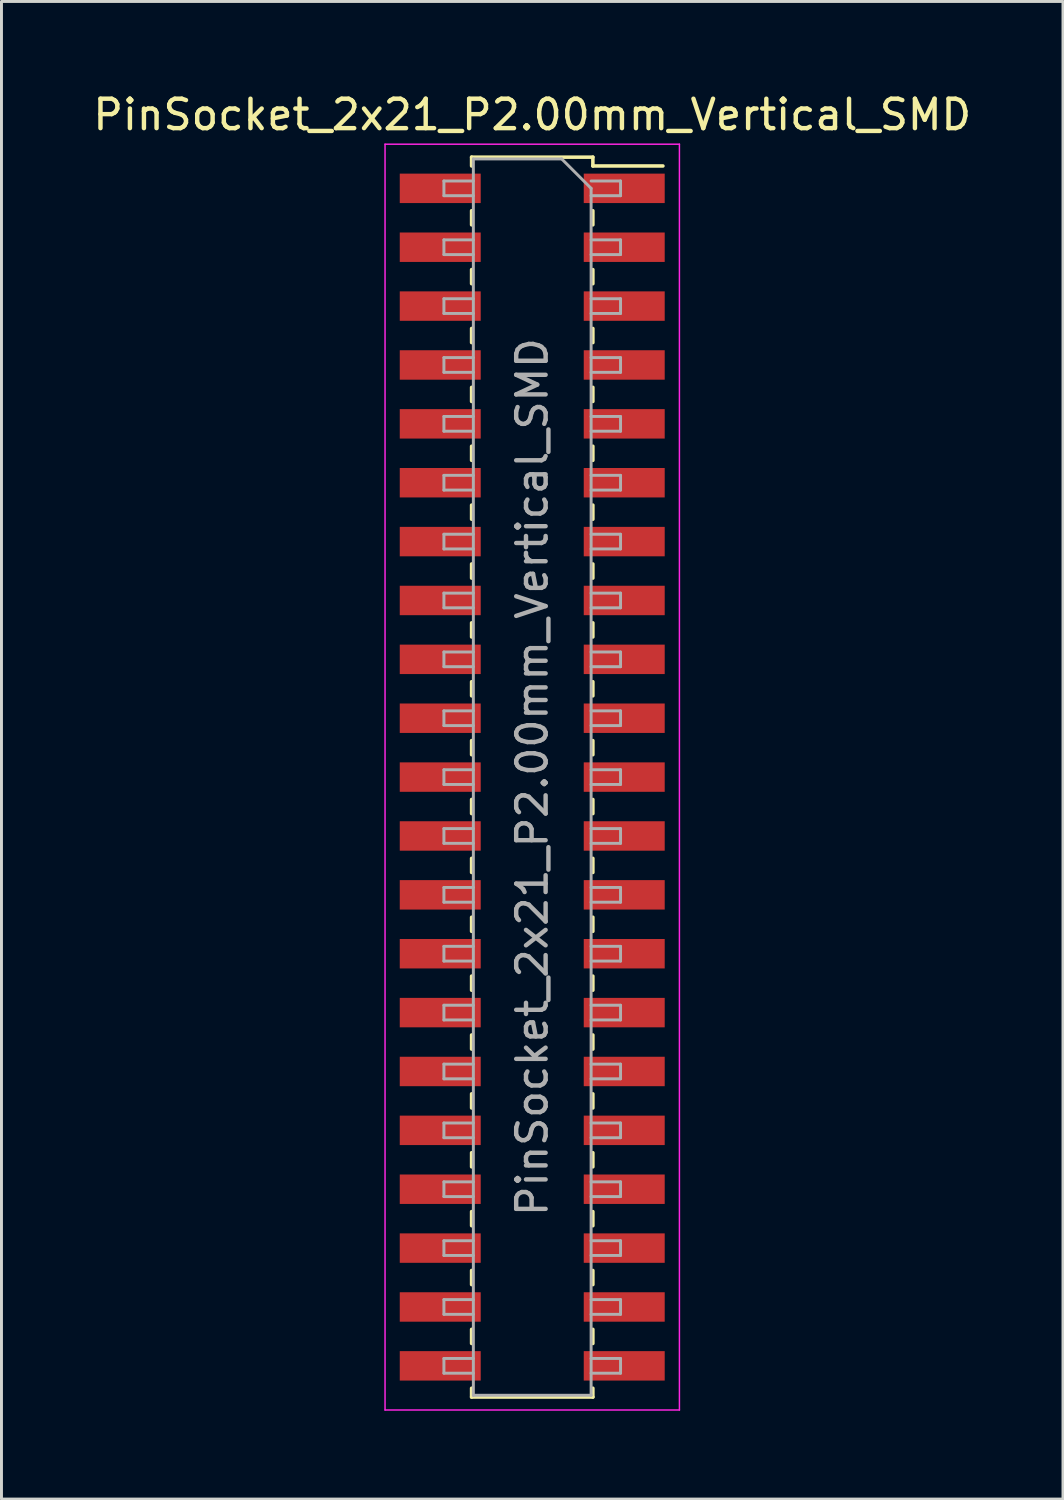
<source format=kicad_pcb>
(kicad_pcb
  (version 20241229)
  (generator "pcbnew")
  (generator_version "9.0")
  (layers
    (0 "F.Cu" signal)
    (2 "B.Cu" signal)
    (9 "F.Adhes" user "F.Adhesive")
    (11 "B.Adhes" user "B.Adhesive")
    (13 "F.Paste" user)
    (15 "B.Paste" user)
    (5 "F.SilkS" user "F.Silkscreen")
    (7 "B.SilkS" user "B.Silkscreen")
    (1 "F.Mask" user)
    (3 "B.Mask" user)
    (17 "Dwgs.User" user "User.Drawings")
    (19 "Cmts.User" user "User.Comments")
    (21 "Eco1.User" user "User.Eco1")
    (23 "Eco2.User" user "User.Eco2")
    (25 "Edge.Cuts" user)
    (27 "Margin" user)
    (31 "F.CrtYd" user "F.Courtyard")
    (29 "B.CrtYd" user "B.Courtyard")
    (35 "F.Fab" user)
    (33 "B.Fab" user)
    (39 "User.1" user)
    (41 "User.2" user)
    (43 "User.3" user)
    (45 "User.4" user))
  (footprint "PinSocket_2x21_P2.00mm_Vertical_SMD"
    (layer "F.Cu")
    (at 15.03 23.348)
    (property "Reference" "PinSocket_2x21_P2.00mm_Vertical_SMD" (at 0 -22.5 0) (layer "F.SilkS") (effects (font (size 1 1) (thickness 0.15))))
    (attr smd)
    (fp_line (start -2.06 -21.06) (end -2.06 -20.76) (stroke (width 0.12) (type solid)) (layer "F.SilkS"))
    (fp_line (start -2.06 -21.06) (end 2.06 -21.06) (stroke (width 0.12) (type solid)) (layer "F.SilkS"))
    (fp_line (start -2.06 -19.24) (end -2.06 -18.76) (stroke (width 0.12) (type solid)) (layer "F.SilkS"))
    (fp_line (start -2.06 -17.24) (end -2.06 -16.76) (stroke (width 0.12) (type solid)) (layer "F.SilkS"))
    (fp_line (start -2.06 -15.24) (end -2.06 -14.76) (stroke (width 0.12) (type solid)) (layer "F.SilkS"))
    (fp_line (start -2.06 -13.24) (end -2.06 -12.76) (stroke (width 0.12) (type solid)) (layer "F.SilkS"))
    (fp_line (start -2.06 -11.24) (end -2.06 -10.76) (stroke (width 0.12) (type solid)) (layer "F.SilkS"))
    (fp_line (start -2.06 -9.24) (end -2.06 -8.76) (stroke (width 0.12) (type solid)) (layer "F.SilkS"))
    (fp_line (start -2.06 -7.24) (end -2.06 -6.76) (stroke (width 0.12) (type solid)) (layer "F.SilkS"))
    (fp_line (start -2.06 -5.24) (end -2.06 -4.76) (stroke (width 0.12) (type solid)) (layer "F.SilkS"))
    (fp_line (start -2.06 -3.24) (end -2.06 -2.76) (stroke (width 0.12) (type solid)) (layer "F.SilkS"))
    (fp_line (start -2.06 -1.24) (end -2.06 -0.76) (stroke (width 0.12) (type solid)) (layer "F.SilkS"))
    (fp_line (start -2.06 0.76) (end -2.06 1.24) (stroke (width 0.12) (type solid)) (layer "F.SilkS"))
    (fp_line (start -2.06 2.76) (end -2.06 3.24) (stroke (width 0.12) (type solid)) (layer "F.SilkS"))
    (fp_line (start -2.06 4.76) (end -2.06 5.24) (stroke (width 0.12) (type solid)) (layer "F.SilkS"))
    (fp_line (start -2.06 6.76) (end -2.06 7.24) (stroke (width 0.12) (type solid)) (layer "F.SilkS"))
    (fp_line (start -2.06 8.76) (end -2.06 9.24) (stroke (width 0.12) (type solid)) (layer "F.SilkS"))
    (fp_line (start -2.06 10.76) (end -2.06 11.24) (stroke (width 0.12) (type solid)) (layer "F.SilkS"))
    (fp_line (start -2.06 12.76) (end -2.06 13.24) (stroke (width 0.12) (type solid)) (layer "F.SilkS"))
    (fp_line (start -2.06 14.76) (end -2.06 15.24) (stroke (width 0.12) (type solid)) (layer "F.SilkS"))
    (fp_line (start -2.06 16.76) (end -2.06 17.24) (stroke (width 0.12) (type solid)) (layer "F.SilkS"))
    (fp_line (start -2.06 18.76) (end -2.06 19.24) (stroke (width 0.12) (type solid)) (layer "F.SilkS"))
    (fp_line (start -2.06 20.76) (end -2.06 21.06) (stroke (width 0.12) (type solid)) (layer "F.SilkS"))
    (fp_line (start -2.06 21.06) (end 2.06 21.06) (stroke (width 0.12) (type solid)) (layer "F.SilkS"))
    (fp_line (start 2.06 -21.06) (end 2.06 -20.76) (stroke (width 0.12) (type solid)) (layer "F.SilkS"))
    (fp_line (start 2.06 -20.76) (end 4.44 -20.76) (stroke (width 0.12) (type solid)) (layer "F.SilkS"))
    (fp_line (start 2.06 -19.24) (end 2.06 -18.76) (stroke (width 0.12) (type solid)) (layer "F.SilkS"))
    (fp_line (start 2.06 -17.24) (end 2.06 -16.76) (stroke (width 0.12) (type solid)) (layer "F.SilkS"))
    (fp_line (start 2.06 -15.24) (end 2.06 -14.76) (stroke (width 0.12) (type solid)) (layer "F.SilkS"))
    (fp_line (start 2.06 -13.24) (end 2.06 -12.76) (stroke (width 0.12) (type solid)) (layer "F.SilkS"))
    (fp_line (start 2.06 -11.24) (end 2.06 -10.76) (stroke (width 0.12) (type solid)) (layer "F.SilkS"))
    (fp_line (start 2.06 -9.24) (end 2.06 -8.76) (stroke (width 0.12) (type solid)) (layer "F.SilkS"))
    (fp_line (start 2.06 -7.24) (end 2.06 -6.76) (stroke (width 0.12) (type solid)) (layer "F.SilkS"))
    (fp_line (start 2.06 -5.24) (end 2.06 -4.76) (stroke (width 0.12) (type solid)) (layer "F.SilkS"))
    (fp_line (start 2.06 -3.24) (end 2.06 -2.76) (stroke (width 0.12) (type solid)) (layer "F.SilkS"))
    (fp_line (start 2.06 -1.24) (end 2.06 -0.76) (stroke (width 0.12) (type solid)) (layer "F.SilkS"))
    (fp_line (start 2.06 0.76) (end 2.06 1.24) (stroke (width 0.12) (type solid)) (layer "F.SilkS"))
    (fp_line (start 2.06 2.76) (end 2.06 3.24) (stroke (width 0.12) (type solid)) (layer "F.SilkS"))
    (fp_line (start 2.06 4.76) (end 2.06 5.24) (stroke (width 0.12) (type solid)) (layer "F.SilkS"))
    (fp_line (start 2.06 6.76) (end 2.06 7.24) (stroke (width 0.12) (type solid)) (layer "F.SilkS"))
    (fp_line (start 2.06 8.76) (end 2.06 9.24) (stroke (width 0.12) (type solid)) (layer "F.SilkS"))
    (fp_line (start 2.06 10.76) (end 2.06 11.24) (stroke (width 0.12) (type solid)) (layer "F.SilkS"))
    (fp_line (start 2.06 12.76) (end 2.06 13.24) (stroke (width 0.12) (type solid)) (layer "F.SilkS"))
    (fp_line (start 2.06 14.76) (end 2.06 15.24) (stroke (width 0.12) (type solid)) (layer "F.SilkS"))
    (fp_line (start 2.06 16.76) (end 2.06 17.24) (stroke (width 0.12) (type solid)) (layer "F.SilkS"))
    (fp_line (start 2.06 18.76) (end 2.06 19.24) (stroke (width 0.12) (type solid)) (layer "F.SilkS"))
    (fp_line (start 2.06 20.76) (end 2.06 21.06) (stroke (width 0.12) (type solid)) (layer "F.SilkS"))
    (fp_line (start -5 -21.5) (end 5 -21.5) (stroke (width 0.05) (type solid)) (layer "F.CrtYd"))
    (fp_line (start -5 21.5) (end -5 -21.5) (stroke (width 0.05) (type solid)) (layer "F.CrtYd"))
    (fp_line (start 5 -21.5) (end 5 21.5) (stroke (width 0.05) (type solid)) (layer "F.CrtYd"))
    (fp_line (start 5 21.5) (end -5 21.5) (stroke (width 0.05) (type solid)) (layer "F.CrtYd"))
    (fp_line (start -3 -20.25) (end -2 -20.25) (stroke (width 0.1) (type solid)) (layer "F.Fab"))
    (fp_line (start -3 -19.75) (end -3 -20.25) (stroke (width 0.1) (type solid)) (layer "F.Fab"))
    (fp_line (start -3 -18.25) (end -2 -18.25) (stroke (width 0.1) (type solid)) (layer "F.Fab"))
    (fp_line (start -3 -17.75) (end -3 -18.25) (stroke (width 0.1) (type solid)) (layer "F.Fab"))
    (fp_line (start -3 -16.25) (end -2 -16.25) (stroke (width 0.1) (type solid)) (layer "F.Fab"))
    (fp_line (start -3 -15.75) (end -3 -16.25) (stroke (width 0.1) (type solid)) (layer "F.Fab"))
    (fp_line (start -3 -14.25) (end -2 -14.25) (stroke (width 0.1) (type solid)) (layer "F.Fab"))
    (fp_line (start -3 -13.75) (end -3 -14.25) (stroke (width 0.1) (type solid)) (layer "F.Fab"))
    (fp_line (start -3 -12.25) (end -2 -12.25) (stroke (width 0.1) (type solid)) (layer "F.Fab"))
    (fp_line (start -3 -11.75) (end -3 -12.25) (stroke (width 0.1) (type solid)) (layer "F.Fab"))
    (fp_line (start -3 -10.25) (end -2 -10.25) (stroke (width 0.1) (type solid)) (layer "F.Fab"))
    (fp_line (start -3 -9.75) (end -3 -10.25) (stroke (width 0.1) (type solid)) (layer "F.Fab"))
    (fp_line (start -3 -8.25) (end -2 -8.25) (stroke (width 0.1) (type solid)) (layer "F.Fab"))
    (fp_line (start -3 -7.75) (end -3 -8.25) (stroke (width 0.1) (type solid)) (layer "F.Fab"))
    (fp_line (start -3 -6.25) (end -2 -6.25) (stroke (width 0.1) (type solid)) (layer "F.Fab"))
    (fp_line (start -3 -5.75) (end -3 -6.25) (stroke (width 0.1) (type solid)) (layer "F.Fab"))
    (fp_line (start -3 -4.25) (end -2 -4.25) (stroke (width 0.1) (type solid)) (layer "F.Fab"))
    (fp_line (start -3 -3.75) (end -3 -4.25) (stroke (width 0.1) (type solid)) (layer "F.Fab"))
    (fp_line (start -3 -2.25) (end -2 -2.25) (stroke (width 0.1) (type solid)) (layer "F.Fab"))
    (fp_line (start -3 -1.75) (end -3 -2.25) (stroke (width 0.1) (type solid)) (layer "F.Fab"))
    (fp_line (start -3 -0.25) (end -2 -0.25) (stroke (width 0.1) (type solid)) (layer "F.Fab"))
    (fp_line (start -3 0.25) (end -3 -0.25) (stroke (width 0.1) (type solid)) (layer "F.Fab"))
    (fp_line (start -3 1.75) (end -2 1.75) (stroke (width 0.1) (type solid)) (layer "F.Fab"))
    (fp_line (start -3 2.25) (end -3 1.75) (stroke (width 0.1) (type solid)) (layer "F.Fab"))
    (fp_line (start -3 3.75) (end -2 3.75) (stroke (width 0.1) (type solid)) (layer "F.Fab"))
    (fp_line (start -3 4.25) (end -3 3.75) (stroke (width 0.1) (type solid)) (layer "F.Fab"))
    (fp_line (start -3 5.75) (end -2 5.75) (stroke (width 0.1) (type solid)) (layer "F.Fab"))
    (fp_line (start -3 6.25) (end -3 5.75) (stroke (width 0.1) (type solid)) (layer "F.Fab"))
    (fp_line (start -3 7.75) (end -2 7.75) (stroke (width 0.1) (type solid)) (layer "F.Fab"))
    (fp_line (start -3 8.25) (end -3 7.75) (stroke (width 0.1) (type solid)) (layer "F.Fab"))
    (fp_line (start -3 9.75) (end -2 9.75) (stroke (width 0.1) (type solid)) (layer "F.Fab"))
    (fp_line (start -3 10.25) (end -3 9.75) (stroke (width 0.1) (type solid)) (layer "F.Fab"))
    (fp_line (start -3 11.75) (end -2 11.75) (stroke (width 0.1) (type solid)) (layer "F.Fab"))
    (fp_line (start -3 12.25) (end -3 11.75) (stroke (width 0.1) (type solid)) (layer "F.Fab"))
    (fp_line (start -3 13.75) (end -2 13.75) (stroke (width 0.1) (type solid)) (layer "F.Fab"))
    (fp_line (start -3 14.25) (end -3 13.75) (stroke (width 0.1) (type solid)) (layer "F.Fab"))
    (fp_line (start -3 15.75) (end -2 15.75) (stroke (width 0.1) (type solid)) (layer "F.Fab"))
    (fp_line (start -3 16.25) (end -3 15.75) (stroke (width 0.1) (type solid)) (layer "F.Fab"))
    (fp_line (start -3 17.75) (end -2 17.75) (stroke (width 0.1) (type solid)) (layer "F.Fab"))
    (fp_line (start -3 18.25) (end -3 17.75) (stroke (width 0.1) (type solid)) (layer "F.Fab"))
    (fp_line (start -3 19.75) (end -2 19.75) (stroke (width 0.1) (type solid)) (layer "F.Fab"))
    (fp_line (start -3 20.25) (end -3 19.75) (stroke (width 0.1) (type solid)) (layer "F.Fab"))
    (fp_line (start -2 -21) (end 1 -21) (stroke (width 0.1) (type solid)) (layer "F.Fab"))
    (fp_line (start -2 -19.75) (end -3 -19.75) (stroke (width 0.1) (type solid)) (layer "F.Fab"))
    (fp_line (start -2 -17.75) (end -3 -17.75) (stroke (width 0.1) (type solid)) (layer "F.Fab"))
    (fp_line (start -2 -15.75) (end -3 -15.75) (stroke (width 0.1) (type solid)) (layer "F.Fab"))
    (fp_line (start -2 -13.75) (end -3 -13.75) (stroke (width 0.1) (type solid)) (layer "F.Fab"))
    (fp_line (start -2 -11.75) (end -3 -11.75) (stroke (width 0.1) (type solid)) (layer "F.Fab"))
    (fp_line (start -2 -9.75) (end -3 -9.75) (stroke (width 0.1) (type solid)) (layer "F.Fab"))
    (fp_line (start -2 -7.75) (end -3 -7.75) (stroke (width 0.1) (type solid)) (layer "F.Fab"))
    (fp_line (start -2 -5.75) (end -3 -5.75) (stroke (width 0.1) (type solid)) (layer "F.Fab"))
    (fp_line (start -2 -3.75) (end -3 -3.75) (stroke (width 0.1) (type solid)) (layer "F.Fab"))
    (fp_line (start -2 -1.75) (end -3 -1.75) (stroke (width 0.1) (type solid)) (layer "F.Fab"))
    (fp_line (start -2 0.25) (end -3 0.25) (stroke (width 0.1) (type solid)) (layer "F.Fab"))
    (fp_line (start -2 2.25) (end -3 2.25) (stroke (width 0.1) (type solid)) (layer "F.Fab"))
    (fp_line (start -2 4.25) (end -3 4.25) (stroke (width 0.1) (type solid)) (layer "F.Fab"))
    (fp_line (start -2 6.25) (end -3 6.25) (stroke (width 0.1) (type solid)) (layer "F.Fab"))
    (fp_line (start -2 8.25) (end -3 8.25) (stroke (width 0.1) (type solid)) (layer "F.Fab"))
    (fp_line (start -2 10.25) (end -3 10.25) (stroke (width 0.1) (type solid)) (layer "F.Fab"))
    (fp_line (start -2 12.25) (end -3 12.25) (stroke (width 0.1) (type solid)) (layer "F.Fab"))
    (fp_line (start -2 14.25) (end -3 14.25) (stroke (width 0.1) (type solid)) (layer "F.Fab"))
    (fp_line (start -2 16.25) (end -3 16.25) (stroke (width 0.1) (type solid)) (layer "F.Fab"))
    (fp_line (start -2 18.25) (end -3 18.25) (stroke (width 0.1) (type solid)) (layer "F.Fab"))
    (fp_line (start -2 20.25) (end -3 20.25) (stroke (width 0.1) (type solid)) (layer "F.Fab"))
    (fp_line (start -2 21) (end -2 -21) (stroke (width 0.1) (type solid)) (layer "F.Fab"))
    (fp_line (start 1 -21) (end 2 -20) (stroke (width 0.1) (type solid)) (layer "F.Fab"))
    (fp_line (start 2 -20.25) (end 3 -20.25) (stroke (width 0.1) (type solid)) (layer "F.Fab"))
    (fp_line (start 2 -20) (end 2 21) (stroke (width 0.1) (type solid)) (layer "F.Fab"))
    (fp_line (start 2 -18.25) (end 3 -18.25) (stroke (width 0.1) (type solid)) (layer "F.Fab"))
    (fp_line (start 2 -16.25) (end 3 -16.25) (stroke (width 0.1) (type solid)) (layer "F.Fab"))
    (fp_line (start 2 -14.25) (end 3 -14.25) (stroke (width 0.1) (type solid)) (layer "F.Fab"))
    (fp_line (start 2 -12.25) (end 3 -12.25) (stroke (width 0.1) (type solid)) (layer "F.Fab"))
    (fp_line (start 2 -10.25) (end 3 -10.25) (stroke (width 0.1) (type solid)) (layer "F.Fab"))
    (fp_line (start 2 -8.25) (end 3 -8.25) (stroke (width 0.1) (type solid)) (layer "F.Fab"))
    (fp_line (start 2 -6.25) (end 3 -6.25) (stroke (width 0.1) (type solid)) (layer "F.Fab"))
    (fp_line (start 2 -4.25) (end 3 -4.25) (stroke (width 0.1) (type solid)) (layer "F.Fab"))
    (fp_line (start 2 -2.25) (end 3 -2.25) (stroke (width 0.1) (type solid)) (layer "F.Fab"))
    (fp_line (start 2 -0.25) (end 3 -0.25) (stroke (width 0.1) (type solid)) (layer "F.Fab"))
    (fp_line (start 2 1.75) (end 3 1.75) (stroke (width 0.1) (type solid)) (layer "F.Fab"))
    (fp_line (start 2 3.75) (end 3 3.75) (stroke (width 0.1) (type solid)) (layer "F.Fab"))
    (fp_line (start 2 5.75) (end 3 5.75) (stroke (width 0.1) (type solid)) (layer "F.Fab"))
    (fp_line (start 2 7.75) (end 3 7.75) (stroke (width 0.1) (type solid)) (layer "F.Fab"))
    (fp_line (start 2 9.75) (end 3 9.75) (stroke (width 0.1) (type solid)) (layer "F.Fab"))
    (fp_line (start 2 11.75) (end 3 11.75) (stroke (width 0.1) (type solid)) (layer "F.Fab"))
    (fp_line (start 2 13.75) (end 3 13.75) (stroke (width 0.1) (type solid)) (layer "F.Fab"))
    (fp_line (start 2 15.75) (end 3 15.75) (stroke (width 0.1) (type solid)) (layer "F.Fab"))
    (fp_line (start 2 17.75) (end 3 17.75) (stroke (width 0.1) (type solid)) (layer "F.Fab"))
    (fp_line (start 2 19.75) (end 3 19.75) (stroke (width 0.1) (type solid)) (layer "F.Fab"))
    (fp_line (start 2 21) (end -2 21) (stroke (width 0.1) (type solid)) (layer "F.Fab"))
    (fp_line (start 3 -20.25) (end 3 -19.75) (stroke (width 0.1) (type solid)) (layer "F.Fab"))
    (fp_line (start 3 -19.75) (end 2 -19.75) (stroke (width 0.1) (type solid)) (layer "F.Fab"))
    (fp_line (start 3 -18.25) (end 3 -17.75) (stroke (width 0.1) (type solid)) (layer "F.Fab"))
    (fp_line (start 3 -17.75) (end 2 -17.75) (stroke (width 0.1) (type solid)) (layer "F.Fab"))
    (fp_line (start 3 -16.25) (end 3 -15.75) (stroke (width 0.1) (type solid)) (layer "F.Fab"))
    (fp_line (start 3 -15.75) (end 2 -15.75) (stroke (width 0.1) (type solid)) (layer "F.Fab"))
    (fp_line (start 3 -14.25) (end 3 -13.75) (stroke (width 0.1) (type solid)) (layer "F.Fab"))
    (fp_line (start 3 -13.75) (end 2 -13.75) (stroke (width 0.1) (type solid)) (layer "F.Fab"))
    (fp_line (start 3 -12.25) (end 3 -11.75) (stroke (width 0.1) (type solid)) (layer "F.Fab"))
    (fp_line (start 3 -11.75) (end 2 -11.75) (stroke (width 0.1) (type solid)) (layer "F.Fab"))
    (fp_line (start 3 -10.25) (end 3 -9.75) (stroke (width 0.1) (type solid)) (layer "F.Fab"))
    (fp_line (start 3 -9.75) (end 2 -9.75) (stroke (width 0.1) (type solid)) (layer "F.Fab"))
    (fp_line (start 3 -8.25) (end 3 -7.75) (stroke (width 0.1) (type solid)) (layer "F.Fab"))
    (fp_line (start 3 -7.75) (end 2 -7.75) (stroke (width 0.1) (type solid)) (layer "F.Fab"))
    (fp_line (start 3 -6.25) (end 3 -5.75) (stroke (width 0.1) (type solid)) (layer "F.Fab"))
    (fp_line (start 3 -5.75) (end 2 -5.75) (stroke (width 0.1) (type solid)) (layer "F.Fab"))
    (fp_line (start 3 -4.25) (end 3 -3.75) (stroke (width 0.1) (type solid)) (layer "F.Fab"))
    (fp_line (start 3 -3.75) (end 2 -3.75) (stroke (width 0.1) (type solid)) (layer "F.Fab"))
    (fp_line (start 3 -2.25) (end 3 -1.75) (stroke (width 0.1) (type solid)) (layer "F.Fab"))
    (fp_line (start 3 -1.75) (end 2 -1.75) (stroke (width 0.1) (type solid)) (layer "F.Fab"))
    (fp_line (start 3 -0.25) (end 3 0.25) (stroke (width 0.1) (type solid)) (layer "F.Fab"))
    (fp_line (start 3 0.25) (end 2 0.25) (stroke (width 0.1) (type solid)) (layer "F.Fab"))
    (fp_line (start 3 1.75) (end 3 2.25) (stroke (width 0.1) (type solid)) (layer "F.Fab"))
    (fp_line (start 3 2.25) (end 2 2.25) (stroke (width 0.1) (type solid)) (layer "F.Fab"))
    (fp_line (start 3 3.75) (end 3 4.25) (stroke (width 0.1) (type solid)) (layer "F.Fab"))
    (fp_line (start 3 4.25) (end 2 4.25) (stroke (width 0.1) (type solid)) (layer "F.Fab"))
    (fp_line (start 3 5.75) (end 3 6.25) (stroke (width 0.1) (type solid)) (layer "F.Fab"))
    (fp_line (start 3 6.25) (end 2 6.25) (stroke (width 0.1) (type solid)) (layer "F.Fab"))
    (fp_line (start 3 7.75) (end 3 8.25) (stroke (width 0.1) (type solid)) (layer "F.Fab"))
    (fp_line (start 3 8.25) (end 2 8.25) (stroke (width 0.1) (type solid)) (layer "F.Fab"))
    (fp_line (start 3 9.75) (end 3 10.25) (stroke (width 0.1) (type solid)) (layer "F.Fab"))
    (fp_line (start 3 10.25) (end 2 10.25) (stroke (width 0.1) (type solid)) (layer "F.Fab"))
    (fp_line (start 3 11.75) (end 3 12.25) (stroke (width 0.1) (type solid)) (layer "F.Fab"))
    (fp_line (start 3 12.25) (end 2 12.25) (stroke (width 0.1) (type solid)) (layer "F.Fab"))
    (fp_line (start 3 13.75) (end 3 14.25) (stroke (width 0.1) (type solid)) (layer "F.Fab"))
    (fp_line (start 3 14.25) (end 2 14.25) (stroke (width 0.1) (type solid)) (layer "F.Fab"))
    (fp_line (start 3 15.75) (end 3 16.25) (stroke (width 0.1) (type solid)) (layer "F.Fab"))
    (fp_line (start 3 16.25) (end 2 16.25) (stroke (width 0.1) (type solid)) (layer "F.Fab"))
    (fp_line (start 3 17.75) (end 3 18.25) (stroke (width 0.1) (type solid)) (layer "F.Fab"))
    (fp_line (start 3 18.25) (end 2 18.25) (stroke (width 0.1) (type solid)) (layer "F.Fab"))
    (fp_line (start 3 19.75) (end 3 20.25) (stroke (width 0.1) (type solid)) (layer "F.Fab"))
    (fp_line (start 3 20.25) (end 2 20.25) (stroke (width 0.1) (type solid)) (layer "F.Fab"))
    (fp_text user "${REFERENCE}" (at 0 0 90) (layer "F.Fab") (effects (font (size 1 1) (thickness 0.15))))
    (pad "1" smd rect (at 3.125 -20) (size 2.75 1) (layers "F.Cu" "F.Mask" "F.Paste"))
    (pad "2" smd rect (at -3.125 -20) (size 2.75 1) (layers "F.Cu" "F.Mask" "F.Paste"))
    (pad "3" smd rect (at 3.125 -18) (size 2.75 1) (layers "F.Cu" "F.Mask" "F.Paste"))
    (pad "4" smd rect (at -3.125 -18) (size 2.75 1) (layers "F.Cu" "F.Mask" "F.Paste"))
    (pad "5" smd rect (at 3.125 -16) (size 2.75 1) (layers "F.Cu" "F.Mask" "F.Paste"))
    (pad "6" smd rect (at -3.125 -16) (size 2.75 1) (layers "F.Cu" "F.Mask" "F.Paste"))
    (pad "7" smd rect (at 3.125 -14) (size 2.75 1) (layers "F.Cu" "F.Mask" "F.Paste"))
    (pad "8" smd rect (at -3.125 -14) (size 2.75 1) (layers "F.Cu" "F.Mask" "F.Paste"))
    (pad "9" smd rect (at 3.125 -12) (size 2.75 1) (layers "F.Cu" "F.Mask" "F.Paste"))
    (pad "10" smd rect (at -3.125 -12) (size 2.75 1) (layers "F.Cu" "F.Mask" "F.Paste"))
    (pad "11" smd rect (at 3.125 -10) (size 2.75 1) (layers "F.Cu" "F.Mask" "F.Paste"))
    (pad "12" smd rect (at -3.125 -10) (size 2.75 1) (layers "F.Cu" "F.Mask" "F.Paste"))
    (pad "13" smd rect (at 3.125 -8) (size 2.75 1) (layers "F.Cu" "F.Mask" "F.Paste"))
    (pad "14" smd rect (at -3.125 -8) (size 2.75 1) (layers "F.Cu" "F.Mask" "F.Paste"))
    (pad "15" smd rect (at 3.125 -6) (size 2.75 1) (layers "F.Cu" "F.Mask" "F.Paste"))
    (pad "16" smd rect (at -3.125 -6) (size 2.75 1) (layers "F.Cu" "F.Mask" "F.Paste"))
    (pad "17" smd rect (at 3.125 -4) (size 2.75 1) (layers "F.Cu" "F.Mask" "F.Paste"))
    (pad "18" smd rect (at -3.125 -4) (size 2.75 1) (layers "F.Cu" "F.Mask" "F.Paste"))
    (pad "19" smd rect (at 3.125 -2) (size 2.75 1) (layers "F.Cu" "F.Mask" "F.Paste"))
    (pad "20" smd rect (at -3.125 -2) (size 2.75 1) (layers "F.Cu" "F.Mask" "F.Paste"))
    (pad "21" smd rect (at 3.125 0) (size 2.75 1) (layers "F.Cu" "F.Mask" "F.Paste"))
    (pad "22" smd rect (at -3.125 0) (size 2.75 1) (layers "F.Cu" "F.Mask" "F.Paste"))
    (pad "23" smd rect (at 3.125 2) (size 2.75 1) (layers "F.Cu" "F.Mask" "F.Paste"))
    (pad "24" smd rect (at -3.125 2) (size 2.75 1) (layers "F.Cu" "F.Mask" "F.Paste"))
    (pad "25" smd rect (at 3.125 4) (size 2.75 1) (layers "F.Cu" "F.Mask" "F.Paste"))
    (pad "26" smd rect (at -3.125 4) (size 2.75 1) (layers "F.Cu" "F.Mask" "F.Paste"))
    (pad "27" smd rect (at 3.125 6) (size 2.75 1) (layers "F.Cu" "F.Mask" "F.Paste"))
    (pad "28" smd rect (at -3.125 6) (size 2.75 1) (layers "F.Cu" "F.Mask" "F.Paste"))
    (pad "29" smd rect (at 3.125 8) (size 2.75 1) (layers "F.Cu" "F.Mask" "F.Paste"))
    (pad "30" smd rect (at -3.125 8) (size 2.75 1) (layers "F.Cu" "F.Mask" "F.Paste"))
    (pad "31" smd rect (at 3.125 10) (size 2.75 1) (layers "F.Cu" "F.Mask" "F.Paste"))
    (pad "32" smd rect (at -3.125 10) (size 2.75 1) (layers "F.Cu" "F.Mask" "F.Paste"))
    (pad "33" smd rect (at 3.125 12) (size 2.75 1) (layers "F.Cu" "F.Mask" "F.Paste"))
    (pad "34" smd rect (at -3.125 12) (size 2.75 1) (layers "F.Cu" "F.Mask" "F.Paste"))
    (pad "35" smd rect (at 3.125 14) (size 2.75 1) (layers "F.Cu" "F.Mask" "F.Paste"))
    (pad "36" smd rect (at -3.125 14) (size 2.75 1) (layers "F.Cu" "F.Mask" "F.Paste"))
    (pad "37" smd rect (at 3.125 16) (size 2.75 1) (layers "F.Cu" "F.Mask" "F.Paste"))
    (pad "38" smd rect (at -3.125 16) (size 2.75 1) (layers "F.Cu" "F.Mask" "F.Paste"))
    (pad "39" smd rect (at 3.125 18) (size 2.75 1) (layers "F.Cu" "F.Mask" "F.Paste"))
    (pad "40" smd rect (at -3.125 18) (size 2.75 1) (layers "F.Cu" "F.Mask" "F.Paste"))
    (pad "41" smd rect (at 3.125 20) (size 2.75 1) (layers "F.Cu" "F.Mask" "F.Paste"))
    (pad "42" smd rect (at -3.125 20) (size 2.75 1) (layers "F.Cu" "F.Mask" "F.Paste")))
  (gr_rect
    (start -3 -3)
    (end 33.06 47.873)
    (stroke (width 0.1) (type default))
    (fill no)
    (layer "Edge.Cuts")))
</source>
